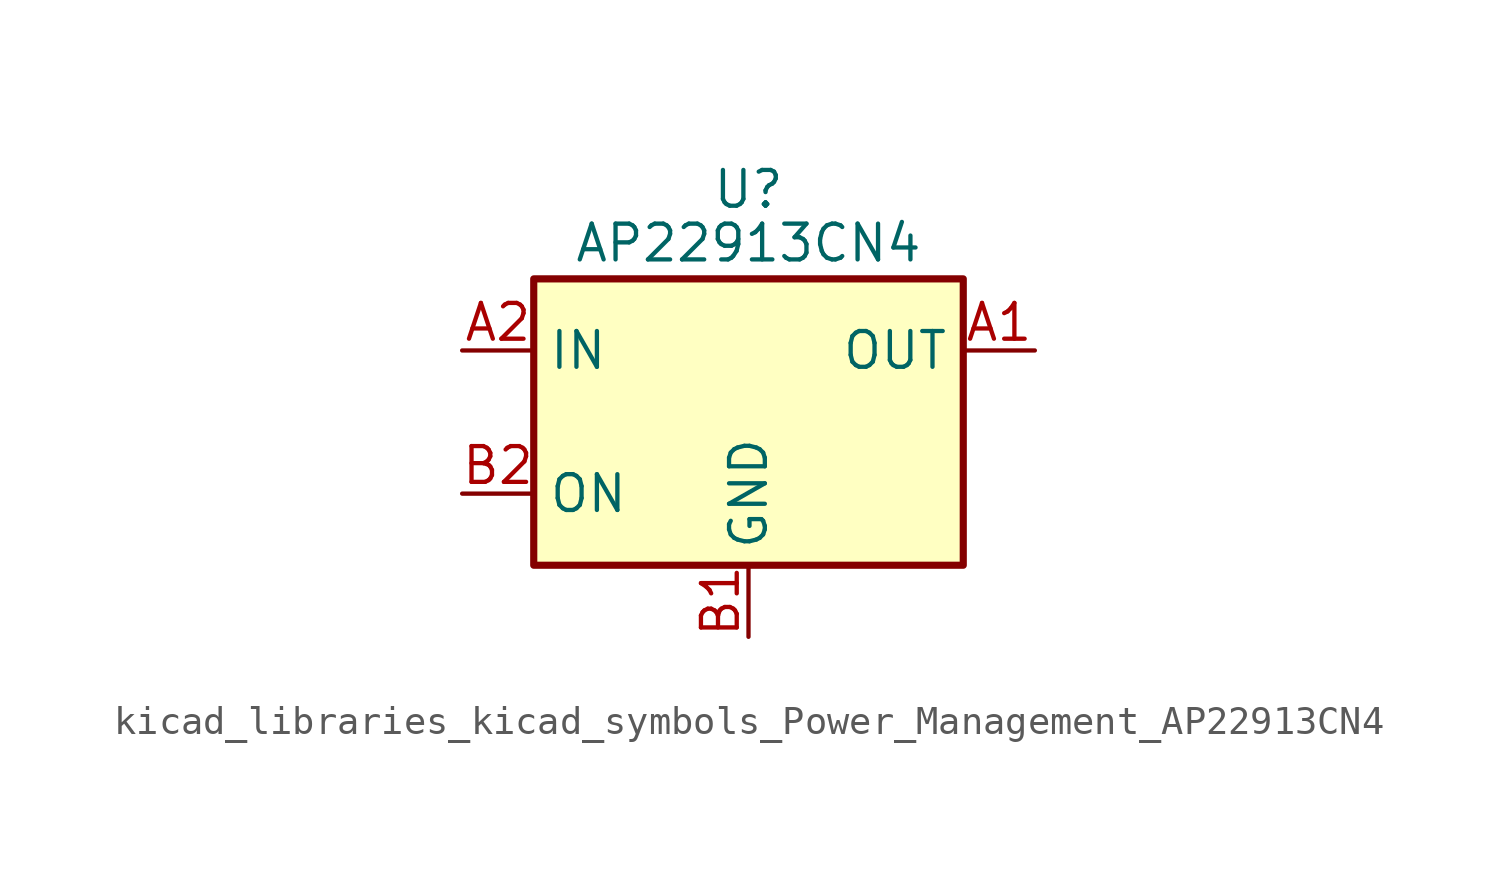
<source format=kicad_sym>
(kicad_symbol_lib
  (version 20220914)
  (generator kicad_symbol_editor)
  (symbol "kicad_libraries_kicad_symbols_Power_Management_AP22913CN4"
    (property "Reference" "U"
      (at 0 8.255 0)
      (effects (font (size 1.27 1.27))))
    (property "Value" "AP22913CN4"
      (at 0 6.35 0)
      (effects (font (size 1.27 1.27))))
    (symbol "kicad_libraries_kicad_symbols_Power_Management_AP22913CN4_0_1"
      (rectangle (start -7.62 5.08) (end 7.62 -5.08) (stroke (width 0.254) (type default)) (fill (type background))))
    (symbol "kicad_libraries_kicad_symbols_Power_Management_AP22913CN4_1_1"
      (pin power_out line (at 10.16 2.54 180) (length 2.54) (name "OUT" (effects (font (size 1.27 1.27)))) (number "A1" (effects (font (size 1.27 1.27)))))
      (pin power_in line (at -10.16 2.54 0) (length 2.54) (name "IN" (effects (font (size 1.27 1.27)))) (number "A2" (effects (font (size 1.27 1.27)))))
      (pin power_in line (at 0 -7.62 90) (length 2.54) (name "GND" (effects (font (size 1.27 1.27)))) (number "B1" (effects (font (size 1.27 1.27)))))
      (pin input line (at -10.16 -2.54 0) (length 2.54) (name "ON" (effects (font (size 1.27 1.27)))) (number "B2" (effects (font (size 1.27 1.27))))))))
</source>
